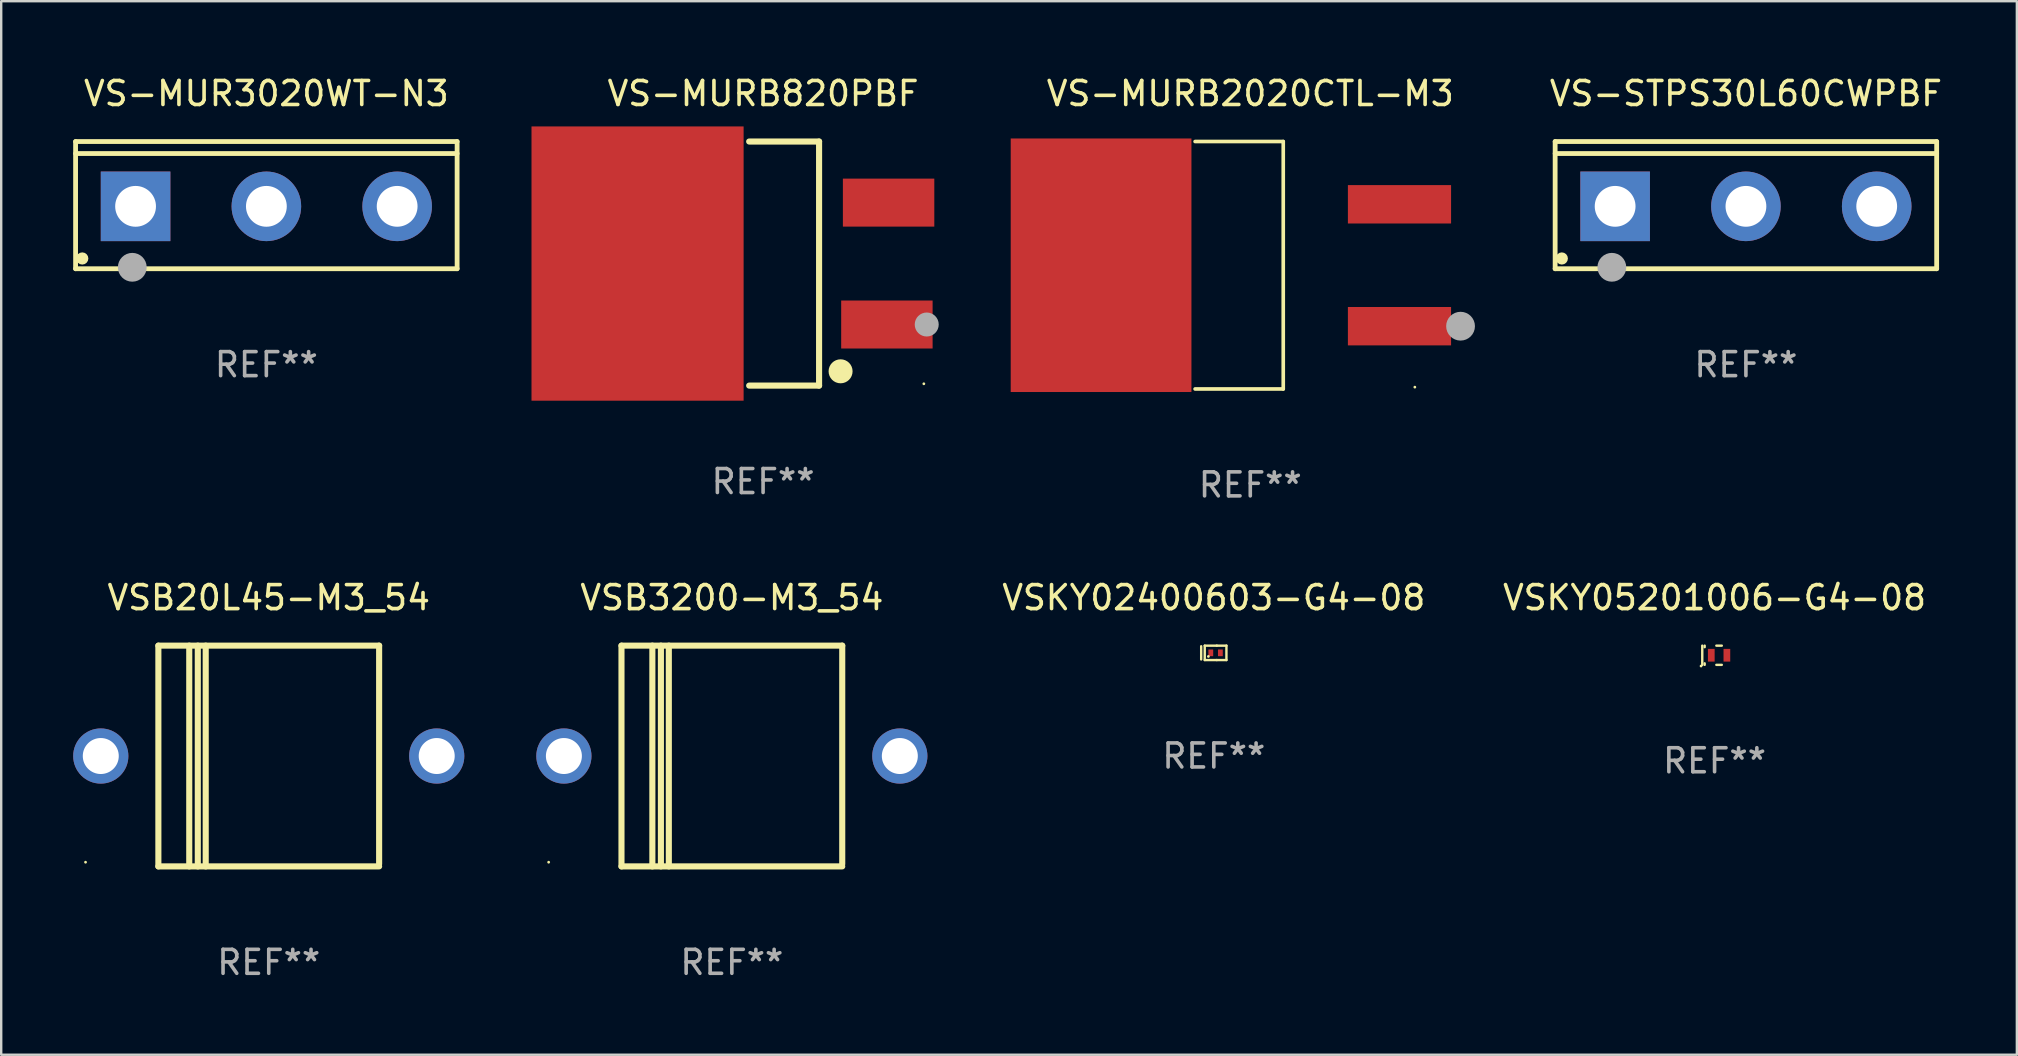
<source format=kicad_pcb>
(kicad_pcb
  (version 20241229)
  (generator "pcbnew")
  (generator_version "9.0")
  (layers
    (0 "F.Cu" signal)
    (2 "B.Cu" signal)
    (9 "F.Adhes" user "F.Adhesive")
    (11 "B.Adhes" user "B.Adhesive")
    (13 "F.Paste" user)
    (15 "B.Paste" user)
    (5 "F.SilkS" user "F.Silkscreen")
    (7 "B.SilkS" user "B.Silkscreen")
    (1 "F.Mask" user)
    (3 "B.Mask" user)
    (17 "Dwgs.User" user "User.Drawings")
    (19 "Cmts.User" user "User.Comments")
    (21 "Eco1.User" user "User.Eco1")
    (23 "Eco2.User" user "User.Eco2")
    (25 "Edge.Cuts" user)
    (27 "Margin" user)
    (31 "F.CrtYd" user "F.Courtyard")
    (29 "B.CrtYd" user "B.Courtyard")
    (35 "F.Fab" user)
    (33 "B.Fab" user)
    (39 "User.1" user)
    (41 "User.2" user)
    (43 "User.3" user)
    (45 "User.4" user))
  (footprint "VS-MURB820PBF"
    (layer "F.Cu")
    (at 28.751 7.934)
    (property "Reference" "VS-MURB820PBF" (at 0 -7.086 0) (layer "F.SilkS") (effects (font (size 1 1) (thickness 0.15))))
    (attr through_hole)
    (fp_line (start 2.334 -5.086) (end -0.58 -5.086) (stroke (width 0.254) (type solid)) (layer "F.SilkS"))
    (fp_line (start 2.334 -5.086) (end 2.334 5.086) (stroke (width 0.254) (type solid)) (layer "F.SilkS"))
    (fp_line (start 2.334 5.086) (end -0.58 5.086) (stroke (width 0.254) (type solid)) (layer "F.SilkS"))
    (fp_circle (center 3.23 4.49) (end 3.48 4.49) (stroke (width 0.5) (type solid)) (fill no) (layer "F.SilkS"))
    (fp_circle (center 6.7 5.01) (end 6.73 5.01) (stroke (width 0.06) (type solid)) (fill no) (layer "F.SilkS"))
    (fp_circle (center 6.82 2.54) (end 7.07 2.54) (stroke (width 0.5) (type solid)) (fill no) (layer "F.Fab"))
    (fp_text user "REF**" (at 0 9.086 0) (layer "F.Fab") (effects (font (size 1 1) (thickness 0.15))))
    (pad "1" smd rect (at 5.16 2.54) (size 3.81 2) (layers "F.Cu" "F.Mask" "F.Paste"))
    (pad "3" smd rect (at 5.231 -2.54) (size 3.81 2) (layers "F.Cu" "F.Mask" "F.Paste"))
    (pad "4" smd rect (at -5.231 0) (size 8.84 11.43) (layers "F.Cu" "F.Mask" "F.Paste")))
  (footprint "VS-MURB2020CTL-M3"
    (layer "F.Cu")
    (at 49.055 8.004)
    (property "Reference" "VS-MURB2020CTL-M3" (at 0 -7.156 0) (layer "F.SilkS") (effects (font (size 1 1) (thickness 0.15))))
    (attr through_hole)
    (fp_line (start -2.3 -5.156) (end 1.374 -5.156) (stroke (width 0.152) (type solid)) (layer "F.SilkS"))
    (fp_line (start -2.3 5.156) (end 1.374 5.156) (stroke (width 0.152) (type solid)) (layer "F.SilkS"))
    (fp_line (start 1.374 5.156) (end 1.374 -5.156) (stroke (width 0.152) (type solid)) (layer "F.SilkS"))
    (fp_circle (center 6.858 5.08) (end 6.888 5.08) (stroke (width 0.06) (type solid)) (fill no) (layer "F.SilkS"))
    (fp_circle (center 8.763 2.54) (end 9.063 2.54) (stroke (width 0.6) (type solid)) (fill no) (layer "F.Fab"))
    (fp_text user "REF**" (at 0 9.156 0) (layer "F.Fab") (effects (font (size 1 1) (thickness 0.15))))
    (pad "1" smd rect (at 6.218 2.54 180) (size 4.3 1.6) (layers "F.Cu" "F.Mask" "F.Paste"))
    (pad "2" smd rect (at -6.218 0 180) (size 7.532 10.566) (layers "F.Cu" "F.Mask" "F.Paste"))
    (pad "3" smd rect (at 6.218 -2.54 180) (size 4.3 1.6) (layers "F.Cu" "F.Mask" "F.Paste")))
  (footprint "VS-STPS30L60CWPBF"
    (layer "F.Cu")
    (at 69.71 5.499)
    (property "Reference" "VS-STPS30L60CWPBF" (at 0 -4.65 0) (layer "F.SilkS") (effects (font (size 1 1) (thickness 0.15))))
    (attr through_hole)
    (fp_line (start -7.95 -2.65) (end -7.95 2.65) (stroke (width 0.2) (type solid)) (layer "F.SilkS"))
    (fp_line (start -7.95 -2.15) (end 7.95 -2.15) (stroke (width 0.2) (type solid)) (layer "F.SilkS"))
    (fp_line (start -7.95 2.65) (end 7.95 2.65) (stroke (width 0.2) (type solid)) (layer "F.SilkS"))
    (fp_line (start 7.95 -2.65) (end -7.95 -2.65) (stroke (width 0.2) (type solid)) (layer "F.SilkS"))
    (fp_line (start 7.95 2.65) (end 7.95 -2.65) (stroke (width 0.2) (type solid)) (layer "F.SilkS"))
    (fp_circle (center -7.672 2.223) (end -7.545 2.223) (stroke (width 0.254) (type solid)) (fill no) (layer "F.SilkS"))
    (fp_circle (center -5.587 2.59) (end -5.287 2.59) (stroke (width 0.6) (type solid)) (fill no) (layer "F.Fab"))
    (fp_text user "REF**" (at 0 6.65 0) (layer "F.Fab") (effects (font (size 1 1) (thickness 0.15))))
    (pad "1" thru_hole rect (at -5.45 0.05) (size 2.9 2.9) (drill 1.7) (layers "*.Cu" "*.Mask"))
    (pad "2" thru_hole circle (at 0.001 0.05) (size 2.9 2.9) (drill 1.7) (layers "*.Cu" "*.Mask"))
    (pad "3" thru_hole circle (at 5.451 0.05) (size 2.9 2.9) (drill 1.7) (layers "*.Cu" "*.Mask")))
  (footprint "VSB3200-M3_54"
    (layer "F.Cu")
    (at 27.45 28.457)
    (property "Reference" "VSB3200-M3_54" (at 0 -6.6 0) (layer "F.SilkS") (effects (font (size 1 1) (thickness 0.15))))
    (attr through_hole)
    (fp_line (start -4.6 -4.6) (end -4.6 4.6) (stroke (width 0.254) (type solid)) (layer "F.SilkS"))
    (fp_line (start -4.6 -4.6) (end 4.6 -4.6) (stroke (width 0.254) (type solid)) (layer "F.SilkS"))
    (fp_line (start -4.6 4.6) (end 4.6 4.6) (stroke (width 0.254) (type solid)) (layer "F.SilkS"))
    (fp_line (start -3.313 -4.6) (end -3.313 4.6) (stroke (width 0.254) (type solid)) (layer "F.SilkS"))
    (fp_line (start -2.957 -4.6) (end -2.957 4.6) (stroke (width 0.254) (type solid)) (layer "F.SilkS"))
    (fp_line (start -2.627 -4.6) (end -2.627 4.6) (stroke (width 0.254) (type solid)) (layer "F.SilkS"))
    (fp_line (start 4.6 -4.6) (end 4.6 4.5) (stroke (width 0.254) (type solid)) (layer "F.SilkS"))
    (fp_circle (center -7.635 4.425) (end -7.605 4.425) (stroke (width 0.06) (type solid)) (fill no) (layer "F.SilkS"))
    (fp_text user "REF**" (at 0 8.6 0) (layer "F.Fab") (effects (font (size 1 1) (thickness 0.15))))
    (pad "1" thru_hole circle (at -7 0) (size 2.3 2.3) (drill 1.5) (layers "*.Cu" "*.Mask"))
    (pad "2" thru_hole circle (at 7 0) (size 2.3 2.3) (drill 1.5) (layers "*.Cu" "*.Mask")))
  (footprint "VS-MUR3020WT-N3"
    (layer "F.Cu")
    (at 8.05 5.499)
    (property "Reference" "VS-MUR3020WT-N3" (at 0 -4.65 0) (layer "F.SilkS") (effects (font (size 1 1) (thickness 0.15))))
    (attr through_hole)
    (fp_line (start -7.95 -2.65) (end -7.95 2.65) (stroke (width 0.2) (type solid)) (layer "F.SilkS"))
    (fp_line (start -7.95 -2.15) (end 7.95 -2.15) (stroke (width 0.2) (type solid)) (layer "F.SilkS"))
    (fp_line (start -7.95 2.65) (end 7.95 2.65) (stroke (width 0.2) (type solid)) (layer "F.SilkS"))
    (fp_line (start 7.95 -2.65) (end -7.95 -2.65) (stroke (width 0.2) (type solid)) (layer "F.SilkS"))
    (fp_line (start 7.95 2.65) (end 7.95 -2.65) (stroke (width 0.2) (type solid)) (layer "F.SilkS"))
    (fp_circle (center -7.672 2.223) (end -7.545 2.223) (stroke (width 0.254) (type solid)) (fill no) (layer "F.SilkS"))
    (fp_circle (center -5.587 2.59) (end -5.287 2.59) (stroke (width 0.6) (type solid)) (fill no) (layer "F.Fab"))
    (fp_text user "REF**" (at 0 6.65 0) (layer "F.Fab") (effects (font (size 1 1) (thickness 0.15))))
    (pad "1" thru_hole rect (at -5.45 0.05) (size 2.9 2.9) (drill 1.7) (layers "*.Cu" "*.Mask"))
    (pad "2" thru_hole circle (at 0.001 0.05) (size 2.9 2.9) (drill 1.7) (layers "*.Cu" "*.Mask"))
    (pad "3" thru_hole circle (at 5.451 0.05) (size 2.9 2.9) (drill 1.7) (layers "*.Cu" "*.Mask")))
  (footprint "VSKY05201006-G4-08"
    (layer "F.Cu")
    (at 68.404 24.257)
    (property "Reference" "VSKY05201006-G4-08" (at 0 -2.4 0) (layer "F.SilkS") (effects (font (size 1 1) (thickness 0.15))))
    (attr through_hole)
    (fp_line (start -0.513 -0.4) (end -0.513 0.4) (stroke (width 0.1) (type solid)) (layer "F.SilkS"))
    (fp_line (start -0.413 -0.4) (end -0.413 -0.337) (stroke (width 0.1) (type solid)) (layer "F.SilkS"))
    (fp_line (start -0.413 0.337) (end -0.413 0.4) (stroke (width 0.1) (type solid)) (layer "F.SilkS"))
    (fp_line (start 0.074 0.4) (end 0.301 0.4) (stroke (width 0.1) (type solid)) (layer "F.SilkS"))
    (fp_line (start 0.301 -0.4) (end 0.074 -0.4) (stroke (width 0.1) (type solid)) (layer "F.SilkS"))
    (fp_circle (center -0.563 0.45) (end -0.533 0.45) (stroke (width 0.06) (type solid)) (fill no) (layer "F.SilkS"))
    (fp_text user "REF**" (at 0 4.4 0) (layer "F.Fab") (effects (font (size 1 1) (thickness 0.15))))
    (pad "1" smd rect (at -0.137 0 90) (size 0.53 0.28) (layers "F.Cu" "F.Mask" "F.Paste"))
    (pad "2" smd rect (at 0.513 0 90) (size 0.53 0.28) (layers "F.Cu" "F.Mask" "F.Paste")))
  (footprint "VSKY02400603-G4-08"
    (layer "F.Cu")
    (at 47.535 24.157)
    (property "Reference" "VSKY02400603-G4-08" (at 0 -2.3 0) (layer "F.SilkS") (effects (font (size 1 1) (thickness 0.15))))
    (attr through_hole)
    (fp_line (start -0.526 -0.275) (end -0.526 0.275) (stroke (width 0.1) (type solid)) (layer "F.SilkS"))
    (fp_line (start -0.378 -0.3) (end -0.378 0.3) (stroke (width 0.1) (type solid)) (layer "F.SilkS"))
    (fp_line (start -0.378 0.3) (end 0.124 0.3) (stroke (width 0.1) (type solid)) (layer "F.SilkS"))
    (fp_line (start 0.124 0.3) (end 0.526 0.3) (stroke (width 0.1) (type solid)) (layer "F.SilkS"))
    (fp_line (start 0.125 -0.3) (end -0.378 -0.3) (stroke (width 0.1) (type solid)) (layer "F.SilkS"))
    (fp_line (start 0.526 -0.3) (end 0.124 -0.3) (stroke (width 0.1) (type solid)) (layer "F.SilkS"))
    (fp_line (start 0.526 0.3) (end 0.526 -0.3) (stroke (width 0.1) (type solid)) (layer "F.SilkS"))
    (fp_circle (center -0.226 0.15) (end -0.196 0.15) (stroke (width 0.06) (type solid)) (fill no) (layer "F.SilkS"))
    (fp_text user "REF**" (at 0 4.3 0) (layer "F.Fab") (effects (font (size 1 1) (thickness 0.15))))
    (pad "1" smd rect (at -0.126 -0.00014 90) (size 0.28 0.2) (layers "F.Cu" "F.Mask" "F.Paste"))
    (pad "2" smd rect (at 0.274 -0.00014 90) (size 0.28 0.2) (layers "F.Cu" "F.Mask" "F.Paste")))
  (footprint "VSB20L45-M3_54"
    (layer "F.Cu")
    (at 8.15 28.457)
    (property "Reference" "VSB20L45-M3_54" (at 0 -6.6 0) (layer "F.SilkS") (effects (font (size 1 1) (thickness 0.15))))
    (attr through_hole)
    (fp_line (start -4.6 -4.6) (end -4.6 4.6) (stroke (width 0.254) (type solid)) (layer "F.SilkS"))
    (fp_line (start -4.6 -4.6) (end 4.6 -4.6) (stroke (width 0.254) (type solid)) (layer "F.SilkS"))
    (fp_line (start -4.6 4.6) (end 4.6 4.6) (stroke (width 0.254) (type solid)) (layer "F.SilkS"))
    (fp_line (start -3.313 -4.6) (end -3.313 4.6) (stroke (width 0.254) (type solid)) (layer "F.SilkS"))
    (fp_line (start -2.957 -4.6) (end -2.957 4.6) (stroke (width 0.254) (type solid)) (layer "F.SilkS"))
    (fp_line (start -2.627 -4.6) (end -2.627 4.6) (stroke (width 0.254) (type solid)) (layer "F.SilkS"))
    (fp_line (start 4.6 -4.6) (end 4.6 4.5) (stroke (width 0.254) (type solid)) (layer "F.SilkS"))
    (fp_circle (center -7.635 4.425) (end -7.605 4.425) (stroke (width 0.06) (type solid)) (fill no) (layer "F.SilkS"))
    (fp_text user "REF**" (at 0 8.6 0) (layer "F.Fab") (effects (font (size 1 1) (thickness 0.15))))
    (pad "1" thru_hole circle (at -7 0) (size 2.3 2.3) (drill 1.5) (layers "*.Cu" "*.Mask"))
    (pad "2" thru_hole circle (at 7 0) (size 2.3 2.3) (drill 1.5) (layers "*.Cu" "*.Mask")))
  (gr_rect
    (start -3 -3)
    (end 81.002 40.905)
    (stroke (width 0.1) (type default))
    (fill no)
    (layer "Edge.Cuts")))
</source>
